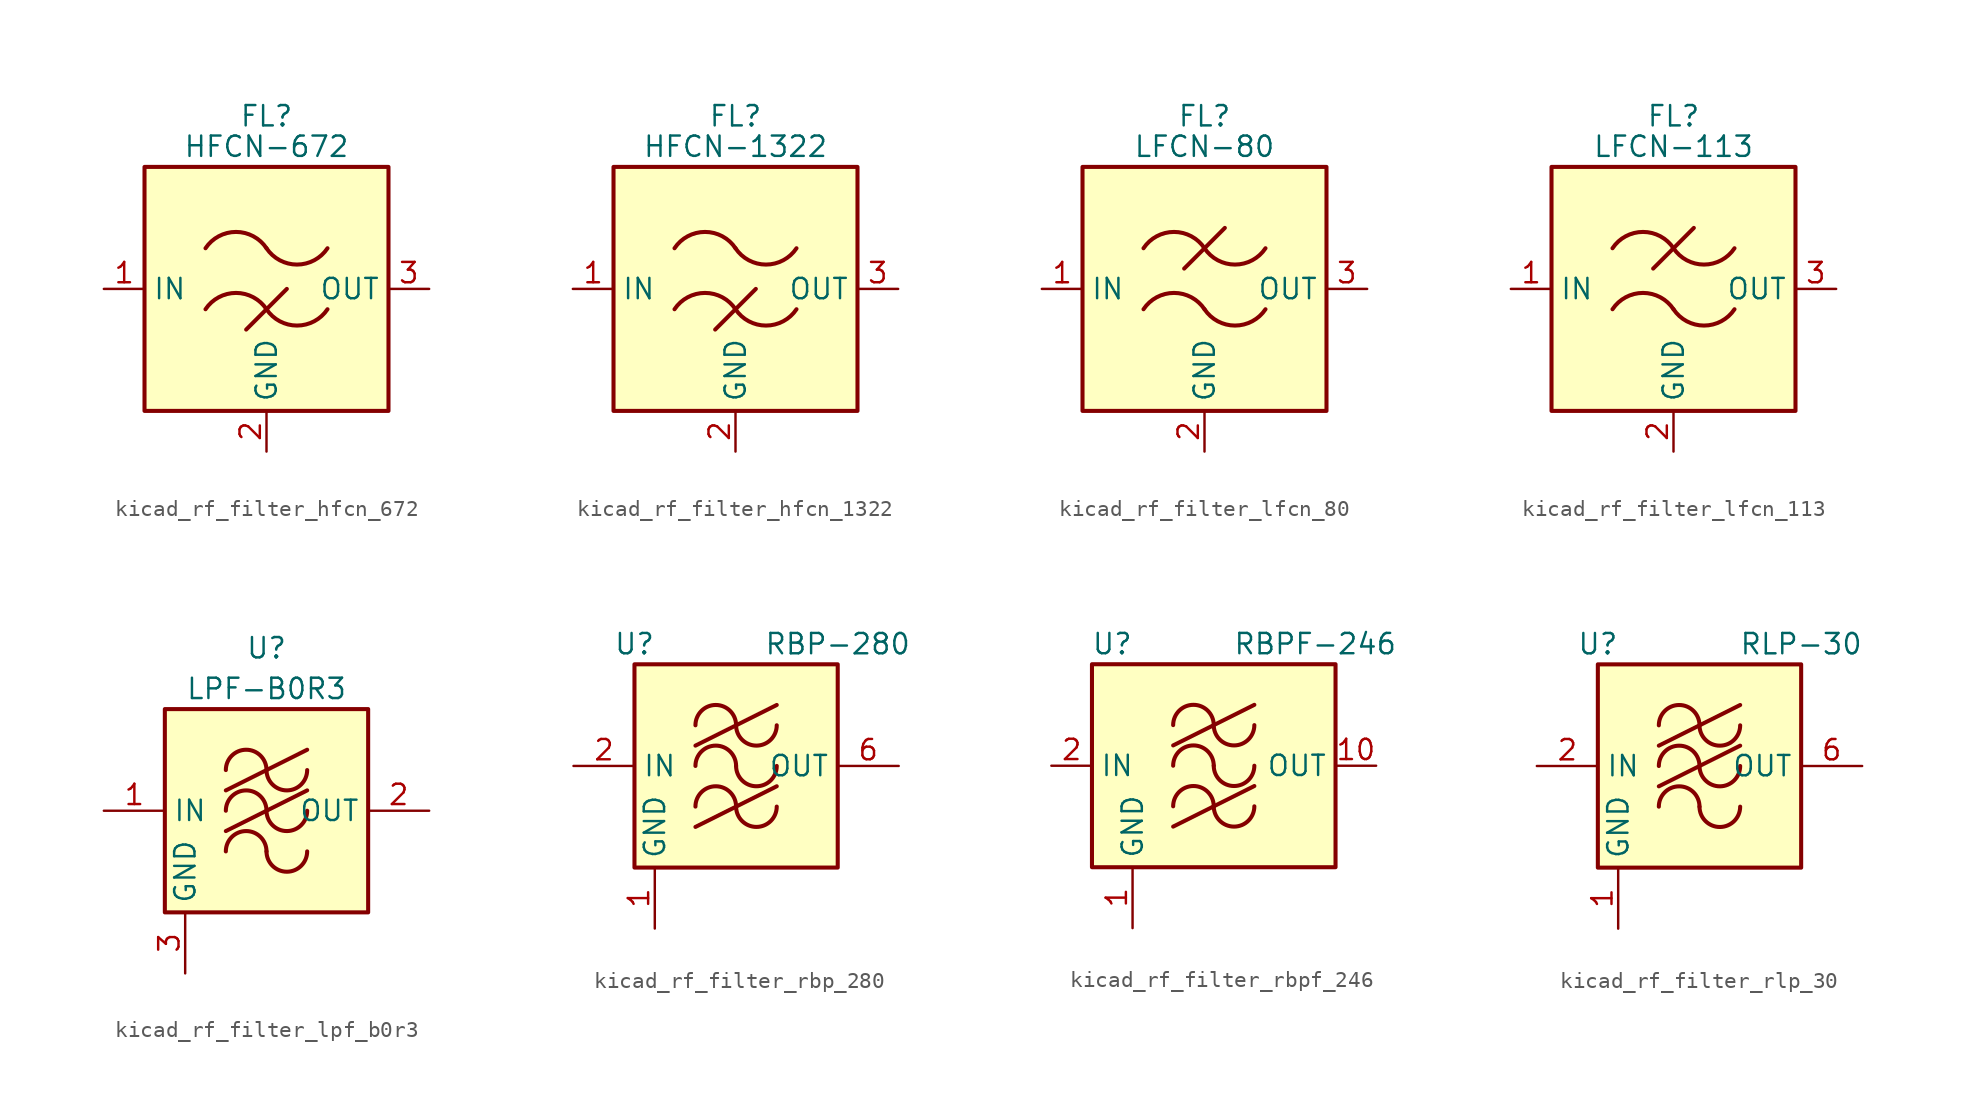
<source format=kicad_sym>
(kicad_symbol_lib
  (version 20220914)
  (generator kicad_symbol_editor)
  (symbol "kicad_rf_filter_hfcn_672"
    (property "Reference" "FL"
      (at 0 10.795 0)
      (effects (font (size 1.27 1.27))))
    (property "Value" "HFCN-672"
      (at 0 8.89 0)
      (effects (font (size 1.27 1.27))))
    (symbol "kicad_rf_filter_hfcn_672_0_1"
      (rectangle (start -7.62 7.62) (end 7.62 -7.62) (stroke (width 0.254) (type default)) (fill (type background)))
      (arc (start 0 -1.27) (mid -1.905 -0.2505) (end -3.81 -1.27) (stroke (width 0.254) (type default)) (fill (type none)))
      (arc (start 0 -1.27) (mid 1.905 -2.2895) (end 3.81 -1.27) (stroke (width 0.254) (type default)) (fill (type none)))
      (polyline (pts (xy -1.27 -2.54) (xy 1.27 0)) (stroke (width 0.254) (type default)) (fill (type none)))
      (arc (start 0 2.54) (mid -1.905 3.5595) (end -3.81 2.54) (stroke (width 0.254) (type default)) (fill (type none)))
      (arc (start 0 2.54) (mid 1.905 1.5205) (end 3.81 2.54) (stroke (width 0.254) (type default)) (fill (type none))))
    (symbol "kicad_rf_filter_hfcn_672_1_1"
      (pin passive line (at -10.16 0 0) (length 2.54) (name "IN" (effects (font (size 1.27 1.27)))) (number "1" (effects (font (size 1.27 1.27)))))
      (pin passive line (at 0 -10.16 90) (length 2.54) (name "GND" (effects (font (size 1.27 1.27)))) (number "2" (effects (font (size 1.27 1.27)))))
      (pin passive line (at 10.16 0 180) (length 2.54) (name "OUT" (effects (font (size 1.27 1.27)))) (number "3" (effects (font (size 1.27 1.27)))))
      (pin passive line (at 0 -10.16 90) (length 2.54) hide (name "GND" (effects (font (size 1.27 1.27)))) (number "4" (effects (font (size 1.27 1.27)))))
      (pin passive line (at 0 -10.16 90) (length 2.54) hide (name "GND" (effects (font (size 1.27 1.27)))) (number "5" (effects (font (size 1.27 1.27)))))
      (pin passive line (at 0 -10.16 90) (length 2.54) hide (name "GND" (effects (font (size 1.27 1.27)))) (number "6" (effects (font (size 1.27 1.27)))))))
  (symbol "kicad_rf_filter_hfcn_1322"
    (property "Reference" "FL"
      (at 0 10.795 0)
      (effects (font (size 1.27 1.27))))
    (property "Value" "HFCN-1322"
      (at 0 8.89 0)
      (effects (font (size 1.27 1.27))))
    (symbol "kicad_rf_filter_hfcn_1322_0_1"
      (rectangle (start -7.62 7.62) (end 7.62 -7.62) (stroke (width 0.254) (type default)) (fill (type background)))
      (arc (start 0 -1.27) (mid -1.905 -0.2505) (end -3.81 -1.27) (stroke (width 0.254) (type default)) (fill (type none)))
      (arc (start 0 -1.27) (mid 1.905 -2.2895) (end 3.81 -1.27) (stroke (width 0.254) (type default)) (fill (type none)))
      (polyline (pts (xy -1.27 -2.54) (xy 1.27 0)) (stroke (width 0.254) (type default)) (fill (type none)))
      (arc (start 0 2.54) (mid -1.905 3.5595) (end -3.81 2.54) (stroke (width 0.254) (type default)) (fill (type none)))
      (arc (start 0 2.54) (mid 1.905 1.5205) (end 3.81 2.54) (stroke (width 0.254) (type default)) (fill (type none))))
    (symbol "kicad_rf_filter_hfcn_1322_1_1"
      (pin passive line (at -10.16 0 0) (length 2.54) (name "IN" (effects (font (size 1.27 1.27)))) (number "1" (effects (font (size 1.27 1.27)))))
      (pin passive line (at 0 -10.16 90) (length 2.54) (name "GND" (effects (font (size 1.27 1.27)))) (number "2" (effects (font (size 1.27 1.27)))))
      (pin passive line (at 10.16 0 180) (length 2.54) (name "OUT" (effects (font (size 1.27 1.27)))) (number "3" (effects (font (size 1.27 1.27)))))
      (pin passive line (at 0 -10.16 90) (length 2.54) hide (name "GND" (effects (font (size 1.27 1.27)))) (number "4" (effects (font (size 1.27 1.27)))))))
  (symbol "kicad_rf_filter_lfcn_80"
    (property "Reference" "FL"
      (at 0 10.795 0)
      (effects (font (size 1.27 1.27))))
    (property "Value" "LFCN-80"
      (at 0 8.89 0)
      (effects (font (size 1.27 1.27))))
    (symbol "kicad_rf_filter_lfcn_80_0_1"
      (rectangle (start -7.62 7.62) (end 7.62 -7.62) (stroke (width 0.254) (type default)) (fill (type background)))
      (arc (start 0 -1.27) (mid -1.905 -0.2505) (end -3.81 -1.27) (stroke (width 0.254) (type default)) (fill (type none)))
      (arc (start 0 -1.27) (mid 1.905 -2.2895) (end 3.81 -1.27) (stroke (width 0.254) (type default)) (fill (type none)))
      (polyline (pts (xy -1.27 1.27) (xy 1.27 3.81)) (stroke (width 0.254) (type default)) (fill (type none)))
      (arc (start 0 2.54) (mid -1.905 3.5595) (end -3.81 2.54) (stroke (width 0.254) (type default)) (fill (type none)))
      (arc (start 0 2.54) (mid 1.905 1.5205) (end 3.81 2.54) (stroke (width 0.254) (type default)) (fill (type none))))
    (symbol "kicad_rf_filter_lfcn_80_1_1"
      (pin passive line (at -10.16 0 0) (length 2.54) (name "IN" (effects (font (size 1.27 1.27)))) (number "1" (effects (font (size 1.27 1.27)))))
      (pin passive line (at 0 -10.16 90) (length 2.54) (name "GND" (effects (font (size 1.27 1.27)))) (number "2" (effects (font (size 1.27 1.27)))))
      (pin passive line (at 10.16 0 180) (length 2.54) (name "OUT" (effects (font (size 1.27 1.27)))) (number "3" (effects (font (size 1.27 1.27)))))
      (pin passive line (at 0 -10.16 90) (length 2.54) hide (name "GND" (effects (font (size 1.27 1.27)))) (number "4" (effects (font (size 1.27 1.27)))))))
  (symbol "kicad_rf_filter_lfcn_113"
    (property "Reference" "FL"
      (at 0 10.795 0)
      (effects (font (size 1.27 1.27))))
    (property "Value" "LFCN-113"
      (at 0 8.89 0)
      (effects (font (size 1.27 1.27))))
    (symbol "kicad_rf_filter_lfcn_113_0_1"
      (rectangle (start -7.62 7.62) (end 7.62 -7.62) (stroke (width 0.254) (type default)) (fill (type background)))
      (arc (start 0 -1.27) (mid -1.905 -0.2505) (end -3.81 -1.27) (stroke (width 0.254) (type default)) (fill (type none)))
      (arc (start 0 -1.27) (mid 1.905 -2.2895) (end 3.81 -1.27) (stroke (width 0.254) (type default)) (fill (type none)))
      (polyline (pts (xy -1.27 1.27) (xy 1.27 3.81)) (stroke (width 0.254) (type default)) (fill (type none)))
      (arc (start 0 2.54) (mid -1.905 3.5595) (end -3.81 2.54) (stroke (width 0.254) (type default)) (fill (type none)))
      (arc (start 0 2.54) (mid 1.905 1.5205) (end 3.81 2.54) (stroke (width 0.254) (type default)) (fill (type none))))
    (symbol "kicad_rf_filter_lfcn_113_1_1"
      (pin passive line (at -10.16 0 0) (length 2.54) (name "IN" (effects (font (size 1.27 1.27)))) (number "1" (effects (font (size 1.27 1.27)))))
      (pin passive line (at 0 -10.16 90) (length 2.54) (name "GND" (effects (font (size 1.27 1.27)))) (number "2" (effects (font (size 1.27 1.27)))))
      (pin passive line (at 10.16 0 180) (length 2.54) (name "OUT" (effects (font (size 1.27 1.27)))) (number "3" (effects (font (size 1.27 1.27)))))
      (pin passive line (at 0 -10.16 90) (length 2.54) hide (name "GND" (effects (font (size 1.27 1.27)))) (number "4" (effects (font (size 1.27 1.27)))))))
  (symbol "kicad_rf_filter_lpf_b0r3"
    (property "Reference" "U"
      (at 0 10.16 0)
      (effects (font (size 1.27 1.27))))
    (property "Value" "LPF-B0R3"
      (at 0 7.62 0)
      (effects (font (size 1.27 1.27))))
    (symbol "kicad_rf_filter_lpf_b0r3_0_1"
      (rectangle (start -6.35 6.35) (end 6.35 -6.35) (stroke (width 0.254) (type default)) (fill (type background)))
      (arc (start 0 -2.54) (mid -1.27 -1.2755) (end -2.54 -2.54) (stroke (width 0.254) (type default)) (fill (type none)))
      (arc (start 0 -2.54) (mid 1.27 -3.8045) (end 2.54 -2.54) (stroke (width 0.254) (type default)) (fill (type none)))
      (arc (start 0 0) (mid -1.27 1.2645) (end -2.54 0) (stroke (width 0.254) (type default)) (fill (type none)))
      (polyline (pts (xy -2.54 -1.27) (xy 2.54 1.27)) (stroke (width 0.254) (type default)) (fill (type none)))
      (polyline (pts (xy -2.54 1.27) (xy 2.54 3.81)) (stroke (width 0.254) (type default)) (fill (type none)))
      (arc (start 0 0) (mid 1.27 -1.2645) (end 2.54 0) (stroke (width 0.254) (type default)) (fill (type none)))
      (arc (start 0 2.54) (mid -1.27 3.8045) (end -2.54 2.54) (stroke (width 0.254) (type default)) (fill (type none)))
      (arc (start 0 2.54) (mid 1.27 1.2755) (end 2.54 2.54) (stroke (width 0.254) (type default)) (fill (type none))))
    (symbol "kicad_rf_filter_lpf_b0r3_1_1"
      (pin input line (at -10.16 0 0) (length 3.81) (name "IN" (effects (font (size 1.27 1.27)))) (number "1" (effects (font (size 1.27 1.27)))))
      (pin output line (at 10.16 0 180) (length 3.81) (name "OUT" (effects (font (size 1.27 1.27)))) (number "2" (effects (font (size 1.27 1.27)))))
      (pin power_in line (at -5.08 -10.16 90) (length 3.81) (name "GND" (effects (font (size 1.27 1.27)))) (number "3" (effects (font (size 1.27 1.27)))))
      (pin passive line (at -5.08 -10.16 90) (length 3.81) hide (name "GND" (effects (font (size 1.27 1.27)))) (number "4" (effects (font (size 1.27 1.27)))))
      (pin passive line (at -5.08 -10.16 90) (length 3.81) hide (name "GND" (effects (font (size 1.27 1.27)))) (number "5" (effects (font (size 1.27 1.27)))))
      (pin passive line (at -5.08 -10.16 90) (length 3.81) hide (name "GND" (effects (font (size 1.27 1.27)))) (number "6" (effects (font (size 1.27 1.27)))))))
  (symbol "kicad_rf_filter_rbp_280"
    (property "Reference" "U"
      (at -6.35 7.62 0)
      (effects (font (size 1.27 1.27))))
    (property "Value" "RBP-280"
      (at 6.35 7.62 0)
      (effects (font (size 1.27 1.27))))
    (symbol "kicad_rf_filter_rbp_280_0_1"
      (rectangle (start -6.35 6.35) (end 6.35 -6.35) (stroke (width 0.254) (type default)) (fill (type background)))
      (arc (start 0 -2.54) (mid -1.27 -1.2755) (end -2.54 -2.54) (stroke (width 0.254) (type default)) (fill (type none)))
      (arc (start 0 -2.54) (mid 1.27 -3.8045) (end 2.54 -2.54) (stroke (width 0.254) (type default)) (fill (type none)))
      (arc (start 0 0) (mid -1.27 1.2645) (end -2.54 0) (stroke (width 0.254) (type default)) (fill (type none)))
      (polyline (pts (xy -2.54 -3.81) (xy 2.54 -1.27)) (stroke (width 0.254) (type default)) (fill (type none)))
      (polyline (pts (xy -2.54 1.27) (xy 2.54 3.81)) (stroke (width 0.254) (type default)) (fill (type none)))
      (arc (start 0 0) (mid 1.27 -1.2645) (end 2.54 0) (stroke (width 0.254) (type default)) (fill (type none)))
      (arc (start 0 2.54) (mid -1.27 3.8045) (end -2.54 2.54) (stroke (width 0.254) (type default)) (fill (type none)))
      (arc (start 0 2.54) (mid 1.27 1.2755) (end 2.54 2.54) (stroke (width 0.254) (type default)) (fill (type none))))
    (symbol "kicad_rf_filter_rbp_280_1_1"
      (pin power_in line (at -5.08 -10.16 90) (length 3.81) (name "GND" (effects (font (size 1.27 1.27)))) (number "1" (effects (font (size 1.27 1.27)))))
      (pin input line (at -10.16 0 0) (length 3.81) (name "IN" (effects (font (size 1.27 1.27)))) (number "2" (effects (font (size 1.27 1.27)))))
      (pin passive line (at -5.08 -10.16 90) (length 3.81) hide (name "GND" (effects (font (size 1.27 1.27)))) (number "3" (effects (font (size 1.27 1.27)))))
      (pin passive line (at -5.08 -10.16 90) (length 3.81) hide (name "GND" (effects (font (size 1.27 1.27)))) (number "4" (effects (font (size 1.27 1.27)))))
      (pin passive line (at -5.08 -10.16 90) (length 3.81) hide (name "GND" (effects (font (size 1.27 1.27)))) (number "5" (effects (font (size 1.27 1.27)))))
      (pin output line (at 10.16 0 180) (length 3.81) (name "OUT" (effects (font (size 1.27 1.27)))) (number "6" (effects (font (size 1.27 1.27)))))
      (pin passive line (at -5.08 -10.16 90) (length 3.81) hide (name "GND" (effects (font (size 1.27 1.27)))) (number "7" (effects (font (size 1.27 1.27)))))
      (pin passive line (at -5.08 -10.16 90) (length 3.81) hide (name "GND" (effects (font (size 1.27 1.27)))) (number "8" (effects (font (size 1.27 1.27)))))))
  (symbol "kicad_rf_filter_rbpf_246"
    (property "Reference" "U"
      (at -6.35 7.62 0)
      (effects (font (size 1.27 1.27))))
    (property "Value" "RBPF-246"
      (at 6.35 7.62 0)
      (effects (font (size 1.27 1.27))))
    (symbol "kicad_rf_filter_rbpf_246_0_1"
      (rectangle (start -7.62 6.35) (end 7.62 -6.35) (stroke (width 0.254) (type default)) (fill (type background)))
      (arc (start 0 -2.54) (mid -1.27 -1.2755) (end -2.54 -2.54) (stroke (width 0.254) (type default)) (fill (type none)))
      (arc (start 0 -2.54) (mid 1.27 -3.8045) (end 2.54 -2.54) (stroke (width 0.254) (type default)) (fill (type none)))
      (arc (start 0 0) (mid -1.27 1.2645) (end -2.54 0) (stroke (width 0.254) (type default)) (fill (type none)))
      (polyline (pts (xy -2.54 -3.81) (xy 2.54 -1.27)) (stroke (width 0.254) (type default)) (fill (type none)))
      (polyline (pts (xy -2.54 1.27) (xy 2.54 3.81)) (stroke (width 0.254) (type default)) (fill (type none)))
      (arc (start 0 0) (mid 1.27 -1.2645) (end 2.54 0) (stroke (width 0.254) (type default)) (fill (type none)))
      (arc (start 0 2.54) (mid -1.27 3.8045) (end -2.54 2.54) (stroke (width 0.254) (type default)) (fill (type none)))
      (arc (start 0 2.54) (mid 1.27 1.2755) (end 2.54 2.54) (stroke (width 0.254) (type default)) (fill (type none))))
    (symbol "kicad_rf_filter_rbpf_246_1_1"
      (pin power_in line (at -5.08 -10.16 90) (length 3.81) (name "GND" (effects (font (size 1.27 1.27)))) (number "1" (effects (font (size 1.27 1.27)))))
      (pin output line (at 10.16 0 180) (length 2.54) (name "OUT" (effects (font (size 1.27 1.27)))) (number "10" (effects (font (size 1.27 1.27)))))
      (pin passive line (at -5.08 -10.16 90) (length 3.81) hide (name "GND" (effects (font (size 1.27 1.27)))) (number "11" (effects (font (size 1.27 1.27)))))
      (pin passive line (at -5.08 -10.16 90) (length 3.81) hide (name "GND" (effects (font (size 1.27 1.27)))) (number "12" (effects (font (size 1.27 1.27)))))
      (pin passive line (at -5.08 -10.16 90) (length 3.81) hide (name "GND" (effects (font (size 1.27 1.27)))) (number "13" (effects (font (size 1.27 1.27)))))
      (pin no_connect line (at 7.62 -2.54 180) (length 2.54) hide (name "NC" (effects (font (size 1.27 1.27)))) (number "14" (effects (font (size 1.27 1.27)))))
      (pin passive line (at -5.08 -10.16 90) (length 3.81) hide (name "GND" (effects (font (size 1.27 1.27)))) (number "15" (effects (font (size 1.27 1.27)))))
      (pin passive line (at -5.08 -10.16 90) (length 3.81) hide (name "GND" (effects (font (size 1.27 1.27)))) (number "16" (effects (font (size 1.27 1.27)))))
      (pin input line (at -10.16 0 0) (length 2.54) (name "IN" (effects (font (size 1.27 1.27)))) (number "2" (effects (font (size 1.27 1.27)))))
      (pin passive line (at -5.08 -10.16 90) (length 3.81) hide (name "GND" (effects (font (size 1.27 1.27)))) (number "3" (effects (font (size 1.27 1.27)))))
      (pin passive line (at -5.08 -10.16 90) (length 3.81) hide (name "GND" (effects (font (size 1.27 1.27)))) (number "4" (effects (font (size 1.27 1.27)))))
      (pin passive line (at -5.08 -10.16 90) (length 3.81) hide (name "GND" (effects (font (size 1.27 1.27)))) (number "5" (effects (font (size 1.27 1.27)))))
      (pin passive line (at -5.08 -10.16 90) (length 3.81) hide (name "GND" (effects (font (size 1.27 1.27)))) (number "6" (effects (font (size 1.27 1.27)))))
      (pin passive line (at -5.08 -10.16 90) (length 3.81) hide (name "GND" (effects (font (size 1.27 1.27)))) (number "7" (effects (font (size 1.27 1.27)))))
      (pin passive line (at -5.08 -10.16 90) (length 3.81) hide (name "GND" (effects (font (size 1.27 1.27)))) (number "8" (effects (font (size 1.27 1.27)))))
      (pin passive line (at -5.08 -10.16 90) (length 3.81) hide (name "GND" (effects (font (size 1.27 1.27)))) (number "9" (effects (font (size 1.27 1.27)))))))
  (symbol "kicad_rf_filter_rlp_30"
    (property "Reference" "U"
      (at -6.35 7.62 0)
      (effects (font (size 1.27 1.27))))
    (property "Value" "RLP-30"
      (at 6.35 7.62 0)
      (effects (font (size 1.27 1.27))))
    (symbol "kicad_rf_filter_rlp_30_0_1"
      (rectangle (start -6.35 6.35) (end 6.35 -6.35) (stroke (width 0.254) (type default)) (fill (type background)))
      (arc (start 0 -2.54) (mid -1.27 -1.2755) (end -2.54 -2.54) (stroke (width 0.254) (type default)) (fill (type none)))
      (arc (start 0 -2.54) (mid 1.27 -3.8045) (end 2.54 -2.54) (stroke (width 0.254) (type default)) (fill (type none)))
      (arc (start 0 0) (mid -1.27 1.2645) (end -2.54 0) (stroke (width 0.254) (type default)) (fill (type none)))
      (polyline (pts (xy -2.54 -1.27) (xy 2.54 1.27)) (stroke (width 0.254) (type default)) (fill (type none)))
      (polyline (pts (xy -2.54 1.27) (xy 2.54 3.81)) (stroke (width 0.254) (type default)) (fill (type none)))
      (arc (start 0 0) (mid 1.27 -1.2645) (end 2.54 0) (stroke (width 0.254) (type default)) (fill (type none)))
      (arc (start 0 2.54) (mid -1.27 3.8045) (end -2.54 2.54) (stroke (width 0.254) (type default)) (fill (type none)))
      (arc (start 0 2.54) (mid 1.27 1.2755) (end 2.54 2.54) (stroke (width 0.254) (type default)) (fill (type none))))
    (symbol "kicad_rf_filter_rlp_30_1_1"
      (pin power_in line (at -5.08 -10.16 90) (length 3.81) (name "GND" (effects (font (size 1.27 1.27)))) (number "1" (effects (font (size 1.27 1.27)))))
      (pin input line (at -10.16 0 0) (length 3.81) (name "IN" (effects (font (size 1.27 1.27)))) (number "2" (effects (font (size 1.27 1.27)))))
      (pin passive line (at -5.08 -10.16 90) (length 3.81) hide (name "GND" (effects (font (size 1.27 1.27)))) (number "3" (effects (font (size 1.27 1.27)))))
      (pin passive line (at -5.08 -10.16 90) (length 3.81) hide (name "GND" (effects (font (size 1.27 1.27)))) (number "4" (effects (font (size 1.27 1.27)))))
      (pin passive line (at -5.08 -10.16 90) (length 3.81) hide (name "GND" (effects (font (size 1.27 1.27)))) (number "5" (effects (font (size 1.27 1.27)))))
      (pin output line (at 10.16 0 180) (length 3.81) (name "OUT" (effects (font (size 1.27 1.27)))) (number "6" (effects (font (size 1.27 1.27)))))
      (pin passive line (at -5.08 -10.16 90) (length 3.81) hide (name "GND" (effects (font (size 1.27 1.27)))) (number "7" (effects (font (size 1.27 1.27)))))
      (pin passive line (at -5.08 -10.16 90) (length 3.81) hide (name "GND" (effects (font (size 1.27 1.27)))) (number "8" (effects (font (size 1.27 1.27))))))))
</source>
